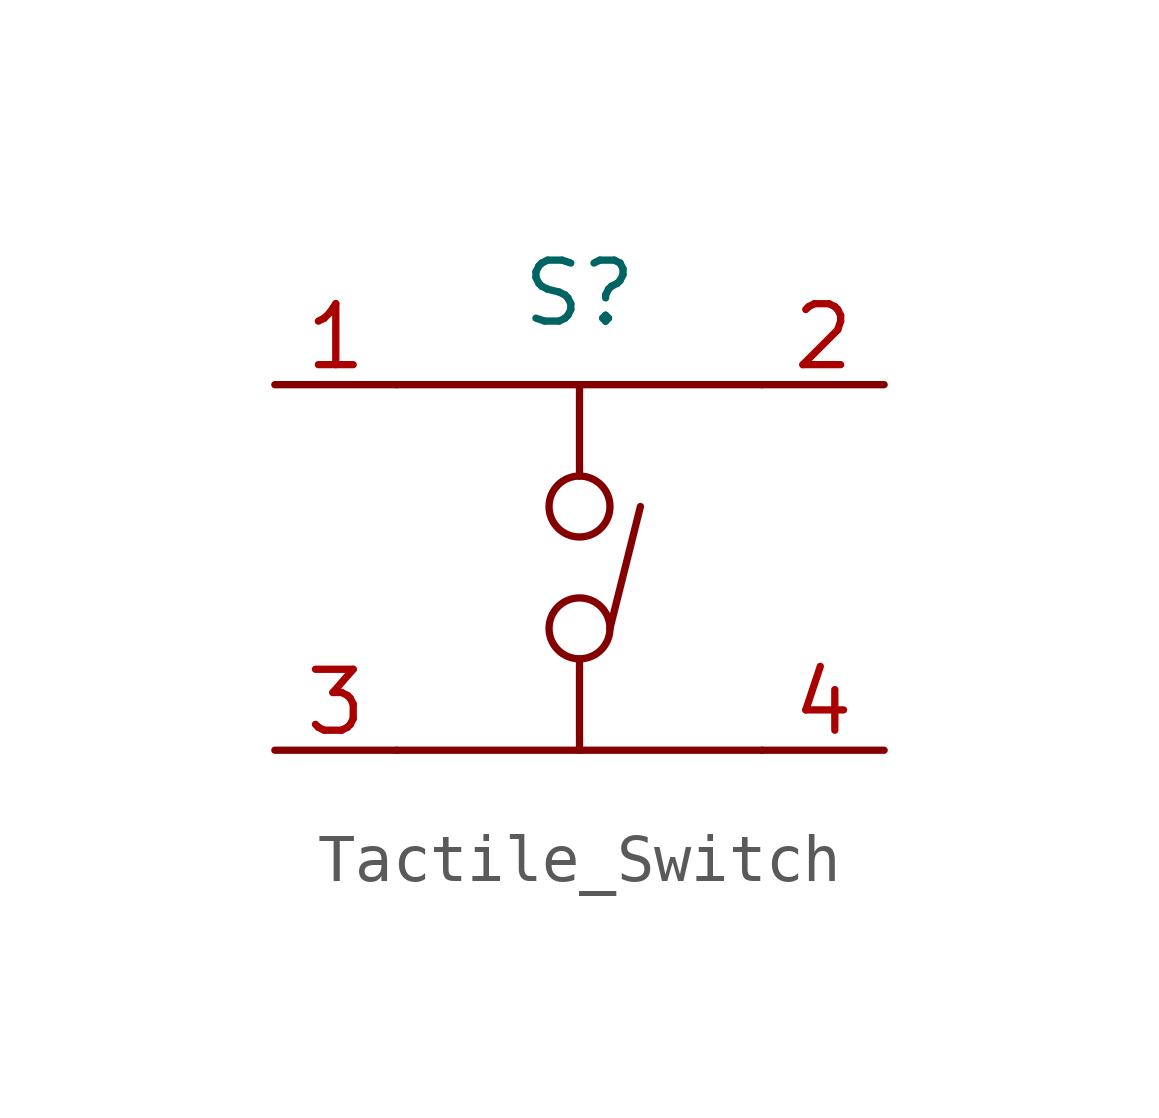
<source format=kicad_sym>
(kicad_symbol_lib
  (version 20220914)
  (generator kicad_symbol_editor)
  (symbol "Tactile_Switch"
    (property "Reference" "S"
      (at 0 1.905 0)
      (effects (font (size 1.27 1.27))))
    (property "Value" ""
      (at -1.905 -2.54 0)
      (effects (font (size 1.27 1.27))))
    (symbol "Tactile_Switch_0_1"
      (circle (center 0 -5.08) (radius 0.635) (stroke (width 0) (type default)) (fill (type none)))
      (circle (center 0 -2.54) (radius 0.635) (stroke (width 0) (type default)) (fill (type none)))
      (polyline (pts (xy 0.635 -5.08) (xy 1.27 -2.54)) (stroke (width 0) (type default)) (fill (type none)))
      (polyline (pts (xy 0 -7.62) (xy 0 -5.715) (xy 0 -6.35)) (stroke (width 0) (type default)) (fill (type none)))
      (polyline (pts (xy 0 -1.905) (xy 0 0) (xy 0 0)) (stroke (width 0) (type default)) (fill (type none)))
      (polyline (pts (xy 3.81 -7.62) (xy -3.81 -7.62) (xy 1.27 -7.62)) (stroke (width 0) (type default)) (fill (type none)))
      (polyline (pts (xy 3.81 0) (xy -3.81 0) (xy 1.27 0)) (stroke (width 0) (type default)) (fill (type none))))
    (symbol "Tactile_Switch_1_1"
      (pin passive line (at -6.35 0 0) (length 2.54) (name "" (effects (font (size 1.27 1.27)))) (number "1" (effects (font (size 1.27 1.27)))))
      (pin passive line (at 6.35 0 180) (length 2.54) (name "" (effects (font (size 1.27 1.27)))) (number "2" (effects (font (size 1.27 1.27)))))
      (pin passive line (at -6.35 -7.62 0) (length 2.54) (name "" (effects (font (size 1.27 1.27)))) (number "3" (effects (font (size 1.27 1.27)))))
      (pin passive line (at 6.35 -7.62 180) (length 2.54) (name "" (effects (font (size 1.27 1.27)))) (number "4" (effects (font (size 1.27 1.27))))))))
</source>
